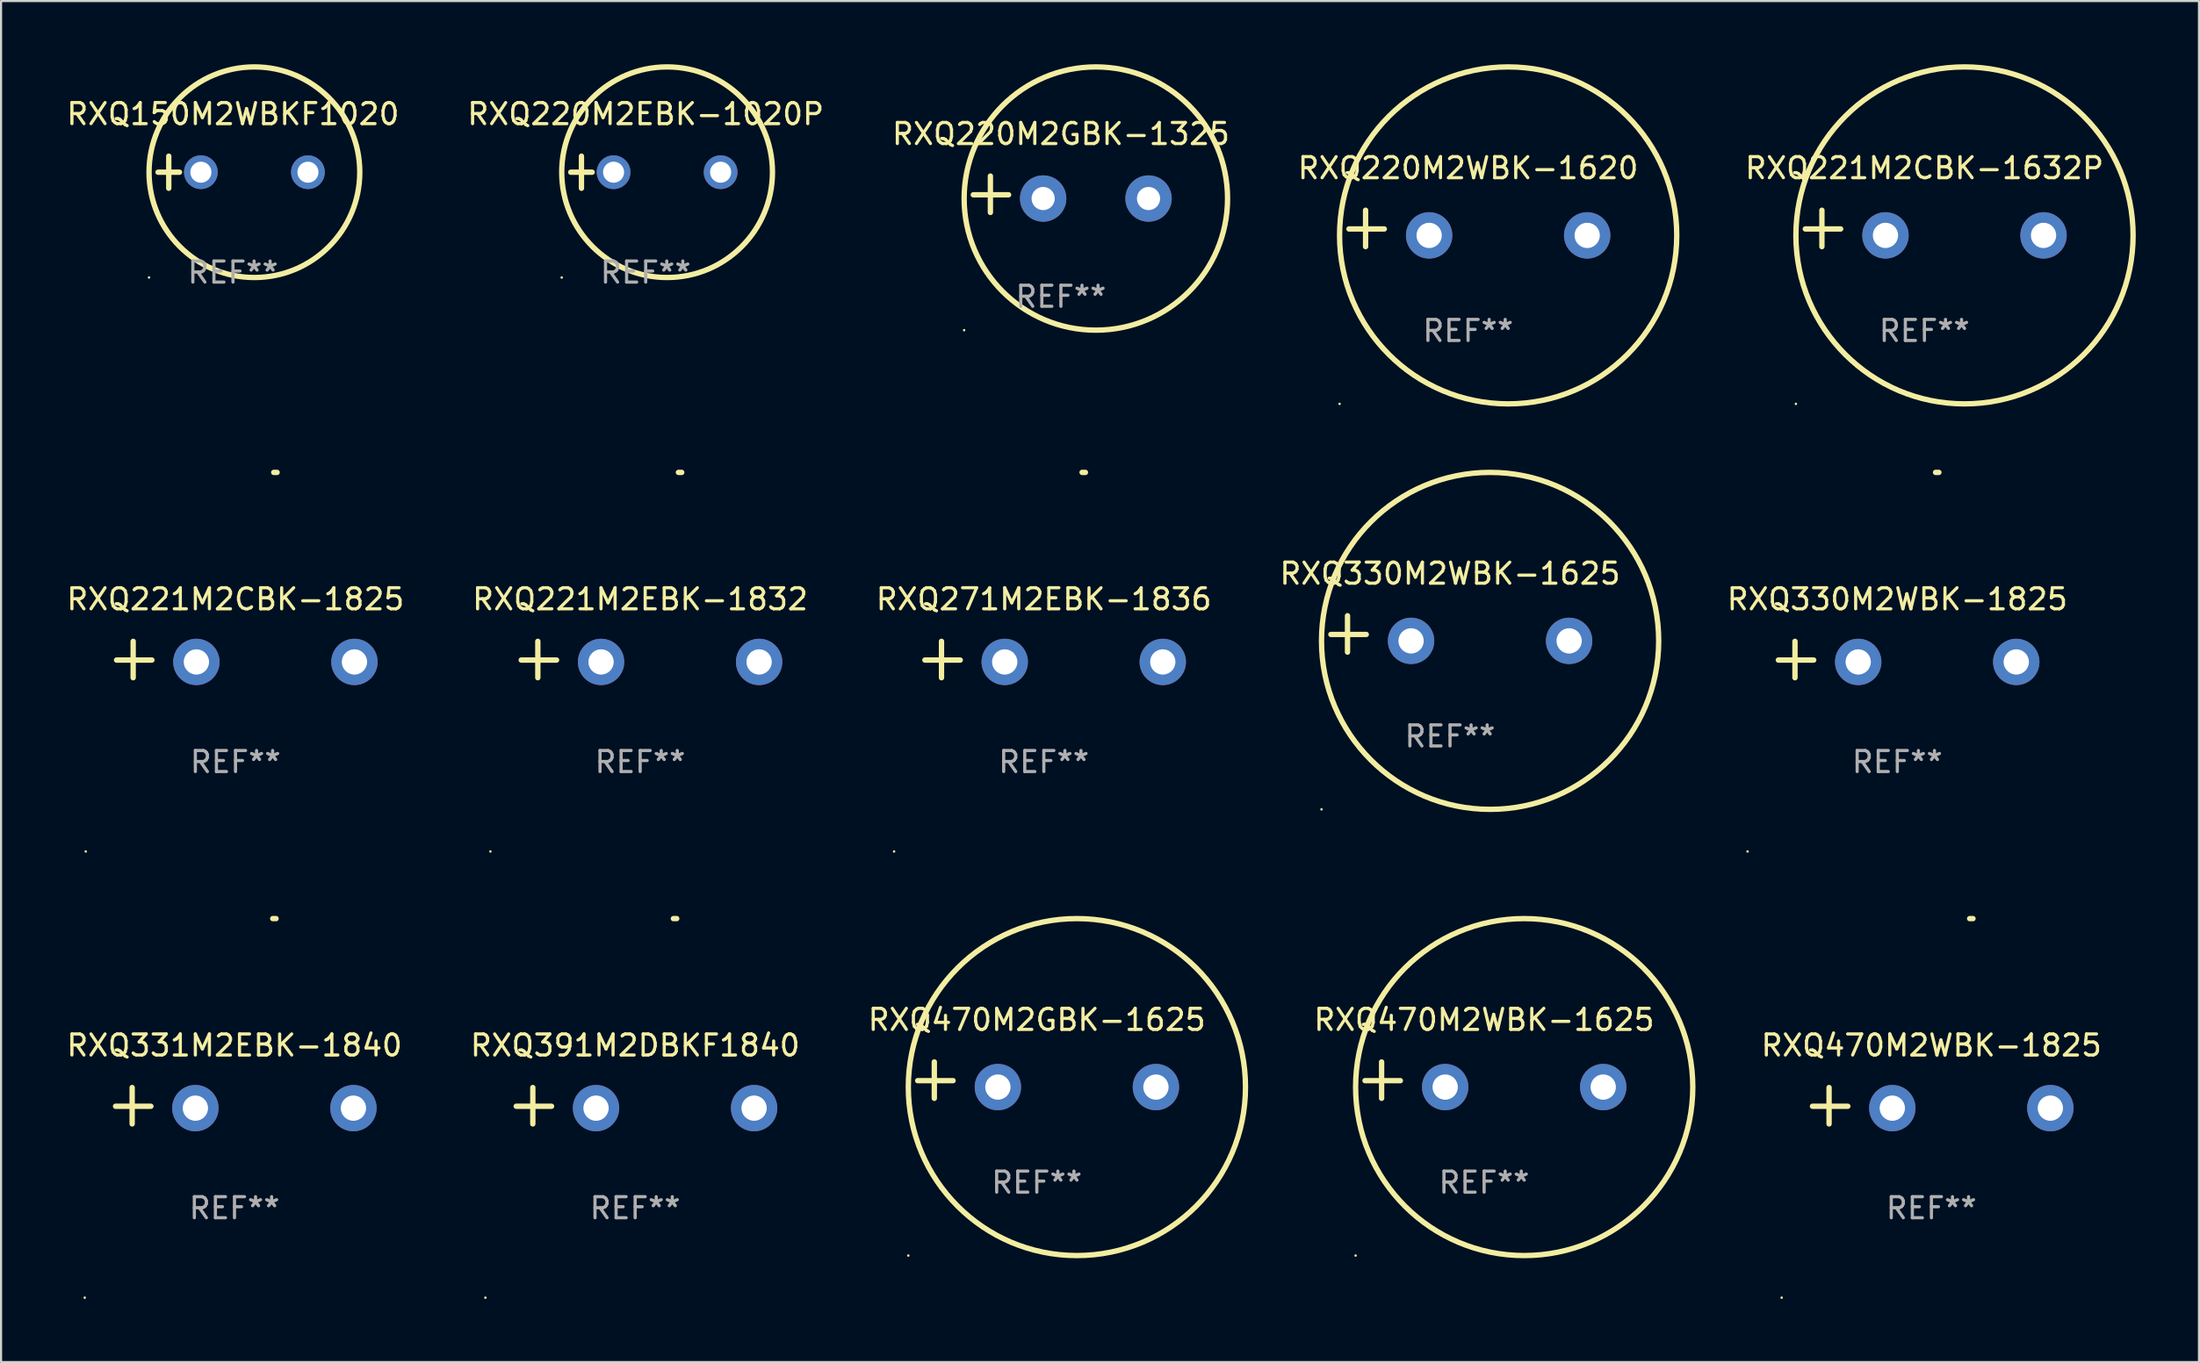
<source format=kicad_pcb>
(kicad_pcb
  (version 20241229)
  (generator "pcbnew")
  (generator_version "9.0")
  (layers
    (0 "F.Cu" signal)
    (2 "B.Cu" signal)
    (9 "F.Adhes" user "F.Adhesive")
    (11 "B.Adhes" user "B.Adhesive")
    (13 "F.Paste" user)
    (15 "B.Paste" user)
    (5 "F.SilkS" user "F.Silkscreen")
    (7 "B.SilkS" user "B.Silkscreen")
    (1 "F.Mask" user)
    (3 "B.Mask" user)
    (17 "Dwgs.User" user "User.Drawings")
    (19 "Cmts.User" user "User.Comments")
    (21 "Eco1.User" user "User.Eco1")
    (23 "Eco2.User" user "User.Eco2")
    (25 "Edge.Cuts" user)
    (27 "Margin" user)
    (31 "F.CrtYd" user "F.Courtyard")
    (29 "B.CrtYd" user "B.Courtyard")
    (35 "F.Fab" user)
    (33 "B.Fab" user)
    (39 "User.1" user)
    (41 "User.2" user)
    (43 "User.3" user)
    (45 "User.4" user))
  (footprint "RXQ470M2GBK-1625"
    (layer "F.Cu")
    (at 46.149 48.238)
    (property "Reference" "RXQ470M2GBK-1625" (at 0 -2.864 0) (layer "F.SilkS") (effects (font (size 1 1) (thickness 0.15))))
    (attr through_hole)
    (fp_line (start -4.864 0.864) (end -4.864 -0.864) (stroke (width 0.254) (type solid)) (layer "F.SilkS"))
    (fp_line (start -3.975 0.025) (end -5.652 0.025) (stroke (width 0.254) (type solid)) (layer "F.SilkS"))
    (fp_circle (center -6.098 8.33) (end -6.068 8.33) (stroke (width 0.06) (type solid)) (fill no) (layer "F.SilkS"))
    (fp_circle (center 1.902 0.33) (end 9.902 0.33) (stroke (width 0.254) (type solid)) (fill no) (layer "F.SilkS"))
    (fp_text user "REF**" (at 0 4.864 0) (layer "F.Fab") (effects (font (size 1 1) (thickness 0.15))))
    (pad "1" thru_hole circle (at -1.848 0.33) (size 2.2 2.2) (drill 1.2) (layers "*.Cu" "*.Mask"))
    (pad "2" thru_hole circle (at 5.652 0.33) (size 2.2 2.2) (drill 1.2) (layers "*.Cu" "*.Mask")))
  (footprint "RXQ220M2WBK-1620"
    (layer "F.Cu")
    (at 66.613 7.797)
    (property "Reference" "RXQ220M2WBK-1620" (at 0 -2.864 0) (layer "F.SilkS") (effects (font (size 1 1) (thickness 0.15))))
    (attr through_hole)
    (fp_line (start -4.864 0.864) (end -4.864 -0.864) (stroke (width 0.254) (type solid)) (layer "F.SilkS"))
    (fp_line (start -3.975 0.025) (end -5.652 0.025) (stroke (width 0.254) (type solid)) (layer "F.SilkS"))
    (fp_circle (center -6.098 8.33) (end -6.068 8.33) (stroke (width 0.06) (type solid)) (fill no) (layer "F.SilkS"))
    (fp_circle (center 1.902 0.33) (end 9.902 0.33) (stroke (width 0.254) (type solid)) (fill no) (layer "F.SilkS"))
    (fp_text user "REF**" (at 0 4.864 0) (layer "F.Fab") (effects (font (size 1 1) (thickness 0.15))))
    (pad "1" thru_hole circle (at -1.848 0.33) (size 2.2 2.2) (drill 1.2) (layers "*.Cu" "*.Mask"))
    (pad "2" thru_hole circle (at 5.652 0.33) (size 2.2 2.2) (drill 1.2) (layers "*.Cu" "*.Mask")))
  (footprint "RXQ221M2CBK-1632P"
    (layer "F.Cu")
    (at 88.267 7.797)
    (property "Reference" "RXQ221M2CBK-1632P" (at 0 -2.864 0) (layer "F.SilkS") (effects (font (size 1 1) (thickness 0.15))))
    (attr through_hole)
    (fp_line (start -4.864 0.864) (end -4.864 -0.864) (stroke (width 0.254) (type solid)) (layer "F.SilkS"))
    (fp_line (start -3.975 0.025) (end -5.652 0.025) (stroke (width 0.254) (type solid)) (layer "F.SilkS"))
    (fp_circle (center -6.098 8.33) (end -6.068 8.33) (stroke (width 0.06) (type solid)) (fill no) (layer "F.SilkS"))
    (fp_circle (center 1.902 0.33) (end 9.902 0.33) (stroke (width 0.254) (type solid)) (fill no) (layer "F.SilkS"))
    (fp_text user "REF**" (at 0 4.864 0) (layer "F.Fab") (effects (font (size 1 1) (thickness 0.15))))
    (pad "1" thru_hole circle (at -1.848 0.33) (size 2.2 2.2) (drill 1.2) (layers "*.Cu" "*.Mask"))
    (pad "2" thru_hole circle (at 5.652 0.33) (size 2.2 2.2) (drill 1.2) (layers "*.Cu" "*.Mask")))
  (footprint "RXQ220M2EBK-1020P"
    (layer "F.Cu")
    (at 27.589 5.127)
    (property "Reference" "RXQ220M2EBK-1020P" (at 0 -2.762 0) (layer "F.SilkS") (effects (font (size 1 1) (thickness 0.15))))
    (attr through_hole)
    (fp_line (start -3.556 0) (end -2.54 0) (stroke (width 0.254) (type solid)) (layer "F.SilkS"))
    (fp_line (start -3.048 -0.762) (end -3.048 0.762) (stroke (width 0.254) (type solid)) (layer "F.SilkS"))
    (fp_circle (center -3.984 5) (end -3.954 5) (stroke (width 0.06) (type solid)) (fill no) (layer "F.SilkS"))
    (fp_circle (center 1.016 0) (end 6.016 0) (stroke (width 0.254) (type solid)) (fill no) (layer "F.SilkS"))
    (fp_text user "REF**" (at 0 4.762 0) (layer "F.Fab") (effects (font (size 1 1) (thickness 0.15))))
    (pad "1" thru_hole circle (at -1.524 0) (size 1.6 1.6) (drill 1) (layers "*.Cu" "*.Mask"))
    (pad "2" thru_hole circle (at 3.556 0) (size 1.6 1.6) (drill 1) (layers "*.Cu" "*.Mask")))
  (footprint "RXQ330M2WBK-1625"
    (layer "F.Cu")
    (at 65.756 27.051)
    (property "Reference" "RXQ330M2WBK-1625" (at 0 -2.864 0) (layer "F.SilkS") (effects (font (size 1 1) (thickness 0.15))))
    (attr through_hole)
    (fp_line (start -4.864 0.864) (end -4.864 -0.864) (stroke (width 0.254) (type solid)) (layer "F.SilkS"))
    (fp_line (start -3.975 0.025) (end -5.652 0.025) (stroke (width 0.254) (type solid)) (layer "F.SilkS"))
    (fp_circle (center -6.098 8.33) (end -6.068 8.33) (stroke (width 0.06) (type solid)) (fill no) (layer "F.SilkS"))
    (fp_circle (center 1.902 0.33) (end 9.902 0.33) (stroke (width 0.254) (type solid)) (fill no) (layer "F.SilkS"))
    (fp_text user "REF**" (at 0 4.864 0) (layer "F.Fab") (effects (font (size 1 1) (thickness 0.15))))
    (pad "1" thru_hole circle (at -1.848 0.33) (size 2.2 2.2) (drill 1.2) (layers "*.Cu" "*.Mask"))
    (pad "2" thru_hole circle (at 5.652 0.33) (size 2.2 2.2) (drill 1.2) (layers "*.Cu" "*.Mask")))
  (footprint "RXQ470M2WBK-1825"
    (layer "F.Cu")
    (at 88.599 49.454)
    (property "Reference" "RXQ470M2WBK-1825" (at 0 -2.864 0) (layer "F.SilkS") (effects (font (size 1 1) (thickness 0.15))))
    (attr through_hole)
    (fp_line (start -4.856 0.864) (end -4.856 -0.864) (stroke (width 0.254) (type solid)) (layer "F.SilkS"))
    (fp_line (start -3.967 0.025) (end -5.644 0.025) (stroke (width 0.254) (type solid)) (layer "F.SilkS"))
    (fp_arc (start 1.815024 -8.885649) (mid 1.893764 -8.88599) (end 1.972504 -8.885649) (stroke (width 0.254001) (type solid)) (layer "F.SilkS"))
    (fp_circle (center -7.106 9.114) (end -7.076 9.114) (stroke (width 0.06) (type solid)) (fill no) (layer "F.SilkS"))
    (fp_text user "REF**" (at 0 4.864 0) (layer "F.Fab") (effects (font (size 1 1) (thickness 0.15))))
    (pad "1" thru_hole circle (at -1.856 0.114) (size 2.2 2.2) (drill 1.2) (layers "*.Cu" "*.Mask"))
    (pad "2" thru_hole circle (at 5.644 0.114) (size 2.2 2.2) (drill 1.2) (layers "*.Cu" "*.Mask")))
  (footprint "RXQ150M2WBKF1020"
    (layer "F.Cu")
    (at 8.006 5.127)
    (property "Reference" "RXQ150M2WBKF1020" (at 0 -2.762 0) (layer "F.SilkS") (effects (font (size 1 1) (thickness 0.15))))
    (attr through_hole)
    (fp_line (start -3.556 0) (end -2.54 0) (stroke (width 0.254) (type solid)) (layer "F.SilkS"))
    (fp_line (start -3.048 -0.762) (end -3.048 0.762) (stroke (width 0.254) (type solid)) (layer "F.SilkS"))
    (fp_circle (center -3.984 5) (end -3.954 5) (stroke (width 0.06) (type solid)) (fill no) (layer "F.SilkS"))
    (fp_circle (center 1.016 0) (end 6.016 0) (stroke (width 0.254) (type solid)) (fill no) (layer "F.SilkS"))
    (fp_text user "REF**" (at 0 4.762 0) (layer "F.Fab") (effects (font (size 1 1) (thickness 0.15))))
    (pad "1" thru_hole circle (at -1.524 0) (size 1.6 1.6) (drill 1) (layers "*.Cu" "*.Mask"))
    (pad "2" thru_hole circle (at 3.556 0) (size 1.6 1.6) (drill 1) (layers "*.Cu" "*.Mask")))
  (footprint "RXQ391M2DBKF1840"
    (layer "F.Cu")
    (at 27.089 49.454)
    (property "Reference" "RXQ391M2DBKF1840" (at 0 -2.864 0) (layer "F.SilkS") (effects (font (size 1 1) (thickness 0.15))))
    (attr through_hole)
    (fp_line (start -4.856 0.864) (end -4.856 -0.864) (stroke (width 0.254) (type solid)) (layer "F.SilkS"))
    (fp_line (start -3.967 0.025) (end -5.644 0.025) (stroke (width 0.254) (type solid)) (layer "F.SilkS"))
    (fp_arc (start 1.815024 -8.885649) (mid 1.893764 -8.88599) (end 1.972504 -8.885649) (stroke (width 0.254001) (type solid)) (layer "F.SilkS"))
    (fp_circle (center -7.106 9.114) (end -7.076 9.114) (stroke (width 0.06) (type solid)) (fill no) (layer "F.SilkS"))
    (fp_text user "REF**" (at 0 4.864 0) (layer "F.Fab") (effects (font (size 1 1) (thickness 0.15))))
    (pad "1" thru_hole circle (at -1.856 0.114) (size 2.2 2.2) (drill 1.2) (layers "*.Cu" "*.Mask"))
    (pad "2" thru_hole circle (at 5.644 0.114) (size 2.2 2.2) (drill 1.2) (layers "*.Cu" "*.Mask")))
  (footprint "RXQ271M2EBK-1836"
    (layer "F.Cu")
    (at 46.482 28.267)
    (property "Reference" "RXQ271M2EBK-1836" (at 0 -2.864 0) (layer "F.SilkS") (effects (font (size 1 1) (thickness 0.15))))
    (attr through_hole)
    (fp_line (start -4.856 0.864) (end -4.856 -0.864) (stroke (width 0.254) (type solid)) (layer "F.SilkS"))
    (fp_line (start -3.967 0.025) (end -5.644 0.025) (stroke (width 0.254) (type solid)) (layer "F.SilkS"))
    (fp_arc (start 1.815024 -8.885649) (mid 1.893764 -8.88599) (end 1.972504 -8.885649) (stroke (width 0.254001) (type solid)) (layer "F.SilkS"))
    (fp_circle (center -7.106 9.114) (end -7.076 9.114) (stroke (width 0.06) (type solid)) (fill no) (layer "F.SilkS"))
    (fp_text user "REF**" (at 0 4.864 0) (layer "F.Fab") (effects (font (size 1 1) (thickness 0.15))))
    (pad "1" thru_hole circle (at -1.856 0.114) (size 2.2 2.2) (drill 1.2) (layers "*.Cu" "*.Mask"))
    (pad "2" thru_hole circle (at 5.644 0.114) (size 2.2 2.2) (drill 1.2) (layers "*.Cu" "*.Mask")))
  (footprint "RXQ330M2WBK-1825"
    (layer "F.Cu")
    (at 86.981 28.267)
    (property "Reference" "RXQ330M2WBK-1825" (at 0 -2.864 0) (layer "F.SilkS") (effects (font (size 1 1) (thickness 0.15))))
    (attr through_hole)
    (fp_line (start -4.856 0.864) (end -4.856 -0.864) (stroke (width 0.254) (type solid)) (layer "F.SilkS"))
    (fp_line (start -3.967 0.025) (end -5.644 0.025) (stroke (width 0.254) (type solid)) (layer "F.SilkS"))
    (fp_arc (start 1.815024 -8.885649) (mid 1.893764 -8.88599) (end 1.972504 -8.885649) (stroke (width 0.254001) (type solid)) (layer "F.SilkS"))
    (fp_circle (center -7.106 9.114) (end -7.076 9.114) (stroke (width 0.06) (type solid)) (fill no) (layer "F.SilkS"))
    (fp_text user "REF**" (at 0 4.864 0) (layer "F.Fab") (effects (font (size 1 1) (thickness 0.15))))
    (pad "1" thru_hole circle (at -1.856 0.114) (size 2.2 2.2) (drill 1.2) (layers "*.Cu" "*.Mask"))
    (pad "2" thru_hole circle (at 5.644 0.114) (size 2.2 2.2) (drill 1.2) (layers "*.Cu" "*.Mask")))
  (footprint "RXQ221M2CBK-1825"
    (layer "F.Cu")
    (at 8.125 28.267)
    (property "Reference" "RXQ221M2CBK-1825" (at 0 -2.864 0) (layer "F.SilkS") (effects (font (size 1 1) (thickness 0.15))))
    (attr through_hole)
    (fp_line (start -4.856 0.864) (end -4.856 -0.864) (stroke (width 0.254) (type solid)) (layer "F.SilkS"))
    (fp_line (start -3.967 0.025) (end -5.644 0.025) (stroke (width 0.254) (type solid)) (layer "F.SilkS"))
    (fp_arc (start 1.815024 -8.885649) (mid 1.893764 -8.88599) (end 1.972504 -8.885649) (stroke (width 0.254001) (type solid)) (layer "F.SilkS"))
    (fp_circle (center -7.106 9.114) (end -7.076 9.114) (stroke (width 0.06) (type solid)) (fill no) (layer "F.SilkS"))
    (fp_text user "REF**" (at 0 4.864 0) (layer "F.Fab") (effects (font (size 1 1) (thickness 0.15))))
    (pad "1" thru_hole circle (at -1.856 0.114) (size 2.2 2.2) (drill 1.2) (layers "*.Cu" "*.Mask"))
    (pad "2" thru_hole circle (at 5.644 0.114) (size 2.2 2.2) (drill 1.2) (layers "*.Cu" "*.Mask")))
  (footprint "RXQ220M2GBK-1325"
    (layer "F.Cu")
    (at 47.292 6.174)
    (property "Reference" "RXQ220M2GBK-1325" (at 0 -2.864 0) (layer "F.SilkS") (effects (font (size 1 1) (thickness 0.15))))
    (attr through_hole)
    (fp_line (start -3.346 0.864) (end -3.346 -0.864) (stroke (width 0.254) (type solid)) (layer "F.SilkS"))
    (fp_line (start -2.482 0.025) (end -4.158 0.025) (stroke (width 0.254) (type solid)) (layer "F.SilkS"))
    (fp_circle (center -4.592 6.453) (end -4.562 6.453) (stroke (width 0.06) (type solid)) (fill no) (layer "F.SilkS"))
    (fp_circle (center 1.658 0.203) (end 7.908 0.203) (stroke (width 0.254) (type solid)) (fill no) (layer "F.SilkS"))
    (fp_text user "REF**" (at 0 4.864 0) (layer "F.Fab") (effects (font (size 1 1) (thickness 0.15))))
    (pad "1" thru_hole circle (at -0.842 0.203) (size 2.2 2.2) (drill 1.1) (layers "*.Cu" "*.Mask"))
    (pad "2" thru_hole circle (at 4.158 0.203) (size 2.2 2.2) (drill 1.1) (layers "*.Cu" "*.Mask")))
  (footprint "RXQ470M2WBK-1625"
    (layer "F.Cu")
    (at 67.374 48.238)
    (property "Reference" "RXQ470M2WBK-1625" (at 0 -2.864 0) (layer "F.SilkS") (effects (font (size 1 1) (thickness 0.15))))
    (attr through_hole)
    (fp_line (start -4.864 0.864) (end -4.864 -0.864) (stroke (width 0.254) (type solid)) (layer "F.SilkS"))
    (fp_line (start -3.975 0.025) (end -5.652 0.025) (stroke (width 0.254) (type solid)) (layer "F.SilkS"))
    (fp_circle (center -6.098 8.33) (end -6.068 8.33) (stroke (width 0.06) (type solid)) (fill no) (layer "F.SilkS"))
    (fp_circle (center 1.902 0.33) (end 9.902 0.33) (stroke (width 0.254) (type solid)) (fill no) (layer "F.SilkS"))
    (fp_text user "REF**" (at 0 4.864 0) (layer "F.Fab") (effects (font (size 1 1) (thickness 0.15))))
    (pad "1" thru_hole circle (at -1.848 0.33) (size 2.2 2.2) (drill 1.2) (layers "*.Cu" "*.Mask"))
    (pad "2" thru_hole circle (at 5.652 0.33) (size 2.2 2.2) (drill 1.2) (layers "*.Cu" "*.Mask")))
  (footprint "RXQ221M2EBK-1832"
    (layer "F.Cu")
    (at 27.327 28.267)
    (property "Reference" "RXQ221M2EBK-1832" (at 0 -2.864 0) (layer "F.SilkS") (effects (font (size 1 1) (thickness 0.15))))
    (attr through_hole)
    (fp_line (start -4.856 0.864) (end -4.856 -0.864) (stroke (width 0.254) (type solid)) (layer "F.SilkS"))
    (fp_line (start -3.967 0.025) (end -5.644 0.025) (stroke (width 0.254) (type solid)) (layer "F.SilkS"))
    (fp_arc (start 1.815024 -8.885649) (mid 1.893764 -8.88599) (end 1.972504 -8.885649) (stroke (width 0.254001) (type solid)) (layer "F.SilkS"))
    (fp_circle (center -7.106 9.114) (end -7.076 9.114) (stroke (width 0.06) (type solid)) (fill no) (layer "F.SilkS"))
    (fp_text user "REF**" (at 0 4.864 0) (layer "F.Fab") (effects (font (size 1 1) (thickness 0.15))))
    (pad "1" thru_hole circle (at -1.856 0.114) (size 2.2 2.2) (drill 1.2) (layers "*.Cu" "*.Mask"))
    (pad "2" thru_hole circle (at 5.644 0.114) (size 2.2 2.2) (drill 1.2) (layers "*.Cu" "*.Mask")))
  (footprint "RXQ331M2EBK-1840"
    (layer "F.Cu")
    (at 8.077 49.454)
    (property "Reference" "RXQ331M2EBK-1840" (at 0 -2.864 0) (layer "F.SilkS") (effects (font (size 1 1) (thickness 0.15))))
    (attr through_hole)
    (fp_line (start -4.856 0.864) (end -4.856 -0.864) (stroke (width 0.254) (type solid)) (layer "F.SilkS"))
    (fp_line (start -3.967 0.025) (end -5.644 0.025) (stroke (width 0.254) (type solid)) (layer "F.SilkS"))
    (fp_arc (start 1.815024 -8.885649) (mid 1.893764 -8.88599) (end 1.972504 -8.885649) (stroke (width 0.254001) (type solid)) (layer "F.SilkS"))
    (fp_circle (center -7.106 9.114) (end -7.076 9.114) (stroke (width 0.06) (type solid)) (fill no) (layer "F.SilkS"))
    (fp_text user "REF**" (at 0 4.864 0) (layer "F.Fab") (effects (font (size 1 1) (thickness 0.15))))
    (pad "1" thru_hole circle (at -1.856 0.114) (size 2.2 2.2) (drill 1.2) (layers "*.Cu" "*.Mask"))
    (pad "2" thru_hole circle (at 5.644 0.114) (size 2.2 2.2) (drill 1.2) (layers "*.Cu" "*.Mask")))
  (gr_rect
    (start -3 -3)
    (end 101.295 61.627)
    (stroke (width 0.1) (type default))
    (fill no)
    (layer "Edge.Cuts")))
</source>
